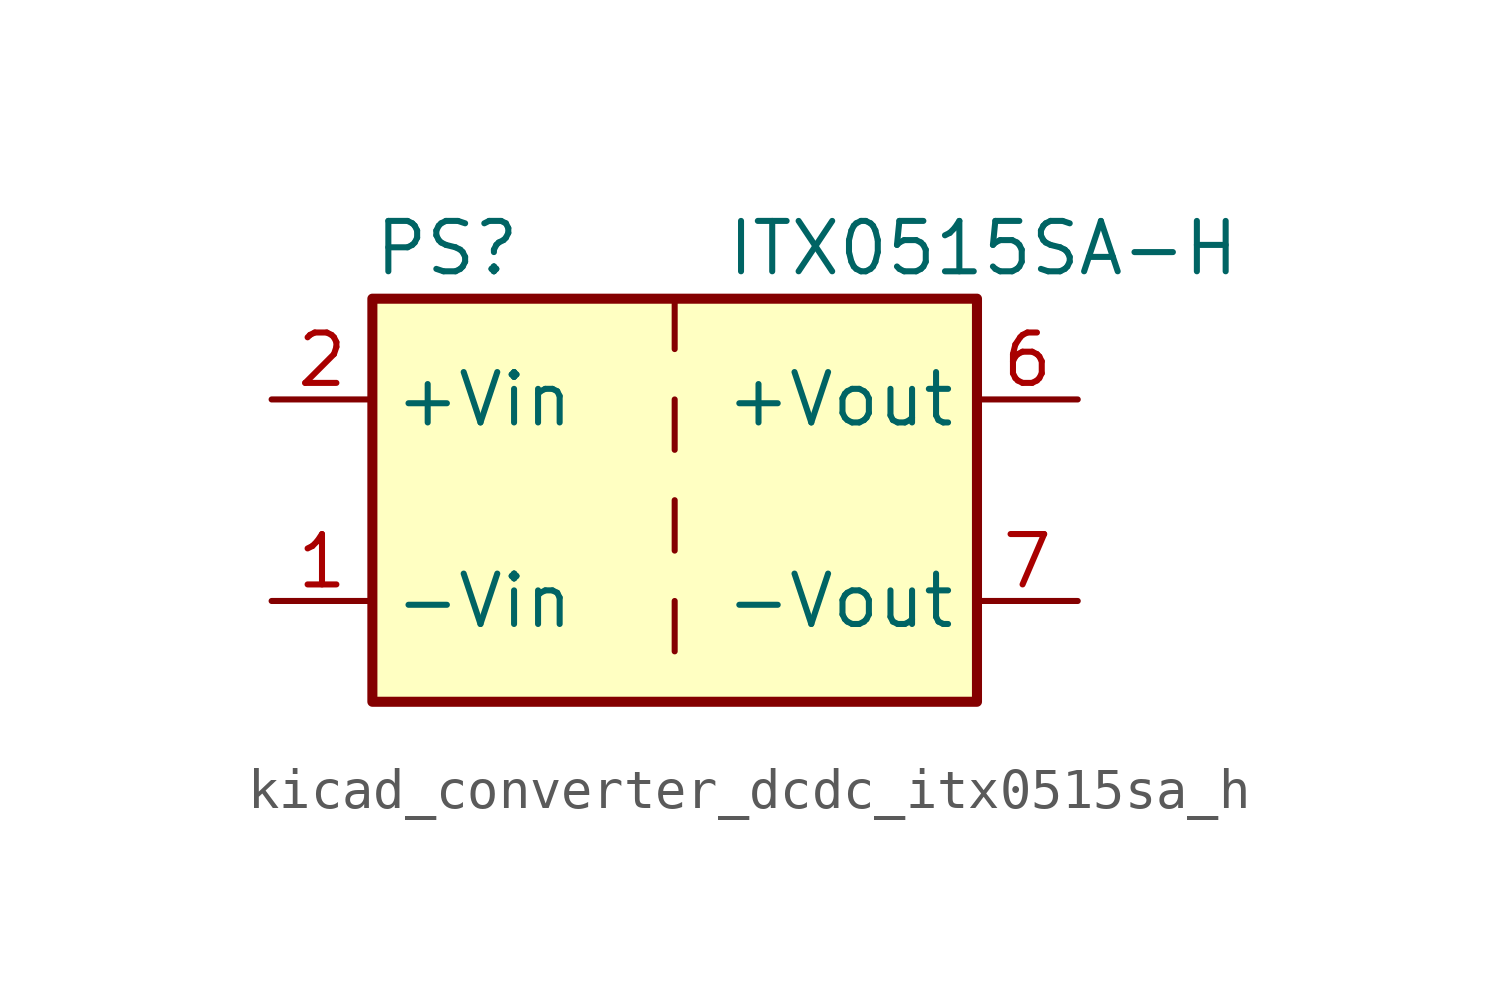
<source format=kicad_sym>
(kicad_symbol_lib
  (version 20220914)
  (generator kicad_symbol_editor)
  (symbol "kicad_converter_dcdc_itx0515sa_h"
    (property "Reference" "PS"
      (at -7.62 6.35 0)
      (effects (font (size 1.27 1.27)) (justify left)))
    (property "Value" "ITX0515SA-H"
      (at 1.27 6.35 0)
      (effects (font (size 1.27 1.27)) (justify left)))
    (symbol "kicad_converter_dcdc_itx0515sa_h_0_0"
      (pin power_in line (at -10.16 -2.54 0) (length 2.54) (name "-Vin" (effects (font (size 1.27 1.27)))) (number "1" (effects (font (size 1.27 1.27)))))
      (pin power_in line (at -10.16 2.54 0) (length 2.54) (name "+Vin" (effects (font (size 1.27 1.27)))) (number "2" (effects (font (size 1.27 1.27)))))
      (pin power_out line (at 10.16 2.54 180) (length 2.54) (name "+Vout" (effects (font (size 1.27 1.27)))) (number "6" (effects (font (size 1.27 1.27)))))
      (pin power_out line (at 10.16 -2.54 180) (length 2.54) (name "-Vout" (effects (font (size 1.27 1.27)))) (number "7" (effects (font (size 1.27 1.27)))))
      (pin no_connect line (at 7.62 0 180) (length 2.54) hide (name "NC" (effects (font (size 1.27 1.27)))) (number "8" (effects (font (size 1.27 1.27))))))
    (symbol "kicad_converter_dcdc_itx0515sa_h_0_1"
      (rectangle (start -7.62 5.08) (end 7.62 -5.08) (stroke (width 0.254) (type default)) (fill (type background)))
      (polyline (pts (xy 0 -2.54) (xy 0 -3.81)) (stroke (width 0) (type default)) (fill (type none)))
      (polyline (pts (xy 0 0) (xy 0 -1.27)) (stroke (width 0) (type default)) (fill (type none)))
      (polyline (pts (xy 0 2.54) (xy 0 1.27)) (stroke (width 0) (type default)) (fill (type none)))
      (polyline (pts (xy 0 5.08) (xy 0 3.81)) (stroke (width 0) (type default)) (fill (type none))))))
</source>
